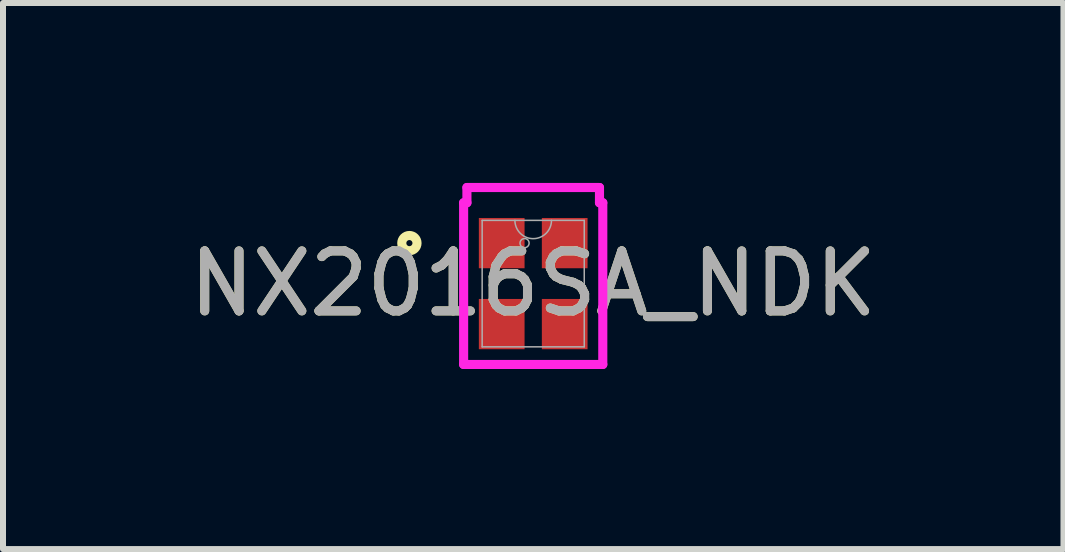
<source format=kicad_pcb>
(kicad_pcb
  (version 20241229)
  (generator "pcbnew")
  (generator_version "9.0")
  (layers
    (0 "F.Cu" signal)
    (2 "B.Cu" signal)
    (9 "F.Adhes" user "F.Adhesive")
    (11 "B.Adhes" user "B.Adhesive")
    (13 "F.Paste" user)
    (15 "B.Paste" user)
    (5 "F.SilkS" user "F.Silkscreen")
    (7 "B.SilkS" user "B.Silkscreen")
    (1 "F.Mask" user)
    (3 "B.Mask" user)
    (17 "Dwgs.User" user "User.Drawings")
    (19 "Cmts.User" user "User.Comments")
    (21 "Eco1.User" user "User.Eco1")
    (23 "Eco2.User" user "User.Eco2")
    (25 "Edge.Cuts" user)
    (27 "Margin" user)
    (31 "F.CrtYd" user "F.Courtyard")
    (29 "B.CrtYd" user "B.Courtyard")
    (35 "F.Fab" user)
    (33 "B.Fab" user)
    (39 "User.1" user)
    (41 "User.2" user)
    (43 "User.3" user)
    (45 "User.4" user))
  (footprint "NX2016SA_NDK"
    (layer "F.Cu")
    (at 5.839 1.678)
    (property "Reference" "NX2016SA_NDK" (at 0 0 0) (unlocked yes) (layer "F.SilkS") (effects (font (size 1 1) (thickness 0.15))))
    (attr smd)
    (fp_circle (center -2.064 -0.675) (end -1.937 -0.675) (stroke (width 0.152) (type solid)) (fill no) (layer "F.SilkS"))
    (fp_line (start -1.16 -1.348) (end -1.105 -1.348) (stroke (width 0.152) (type solid)) (layer "F.CrtYd"))
    (fp_line (start -1.16 1.348) (end -1.16 -1.348) (stroke (width 0.152) (type solid)) (layer "F.CrtYd"))
    (fp_line (start -1.16 1.348) (end -1.105 1.348) (stroke (width 0.152) (type solid)) (layer "F.CrtYd"))
    (fp_line (start -1.105 -1.602) (end 1.105 -1.602) (stroke (width 0.152) (type solid)) (layer "F.CrtYd"))
    (fp_line (start -1.105 -1.348) (end -1.105 -1.602) (stroke (width 0.152) (type solid)) (layer "F.CrtYd"))
    (fp_line (start -1.105 1.348) (end -1.105 1.348) (stroke (width 0.152) (type solid)) (layer "F.CrtYd"))
    (fp_line (start 1.105 -1.602) (end 1.105 -1.348) (stroke (width 0.152) (type solid)) (layer "F.CrtYd"))
    (fp_line (start 1.105 1.348) (end -1.105 1.348) (stroke (width 0.152) (type solid)) (layer "F.CrtYd"))
    (fp_line (start 1.105 1.348) (end 1.105 1.348) (stroke (width 0.152) (type solid)) (layer "F.CrtYd"))
    (fp_line (start 1.16 -1.348) (end 1.105 -1.348) (stroke (width 0.152) (type solid)) (layer "F.CrtYd"))
    (fp_line (start 1.16 -1.348) (end 1.16 1.348) (stroke (width 0.152) (type solid)) (layer "F.CrtYd"))
    (fp_line (start 1.16 1.348) (end 1.105 1.348) (stroke (width 0.152) (type solid)) (layer "F.CrtYd"))
    (fp_line (start -0.851 -1.054) (end -0.851 1.054) (stroke (width 0.025) (type solid)) (layer "F.Fab"))
    (fp_line (start -0.851 1.054) (end 0.851 1.054) (stroke (width 0.025) (type solid)) (layer "F.Fab"))
    (fp_line (start 0.851 -1.054) (end -0.851 -1.054) (stroke (width 0.025) (type solid)) (layer "F.Fab"))
    (fp_line (start 0.851 1.054) (end 0.851 -1.054) (stroke (width 0.025) (type solid)) (layer "F.Fab"))
    (fp_arc (start 0.3048 -1.0541) (mid 0 -0.7493) (end -0.3048 -1.0541) (stroke (width 0.0254) (type solid)) (layer "F.Fab"))
    (fp_circle (center -0.144 -0.675) (end -0.068 -0.675) (stroke (width 0.025) (type solid)) (fill no) (layer "F.Fab"))
    (fp_text user "${REFERENCE}" (at 0 0 0) (unlocked yes) (layer "F.Fab") (effects (font (size 1 1) (thickness 0.15))))
    (pad "1" smd rect (at -0.525 -0.675) (size 0.762 0.838) (layers "F.Cu" "F.Mask" "F.Paste"))
    (pad "2" smd rect (at -0.525 0.675) (size 0.762 0.838) (layers "F.Cu" "F.Mask" "F.Paste"))
    (pad "3" smd rect (at 0.525 0.675) (size 0.762 0.838) (layers "F.Cu" "F.Mask" "F.Paste"))
    (pad "4" smd rect (at 0.525 -0.675) (size 0.762 0.838) (layers "F.Cu" "F.Mask" "F.Paste")))
  (gr_rect
    (start -3 -3)
    (end 14.679 6.103)
    (stroke (width 0.1) (type default))
    (fill no)
    (layer "Edge.Cuts")))
</source>
